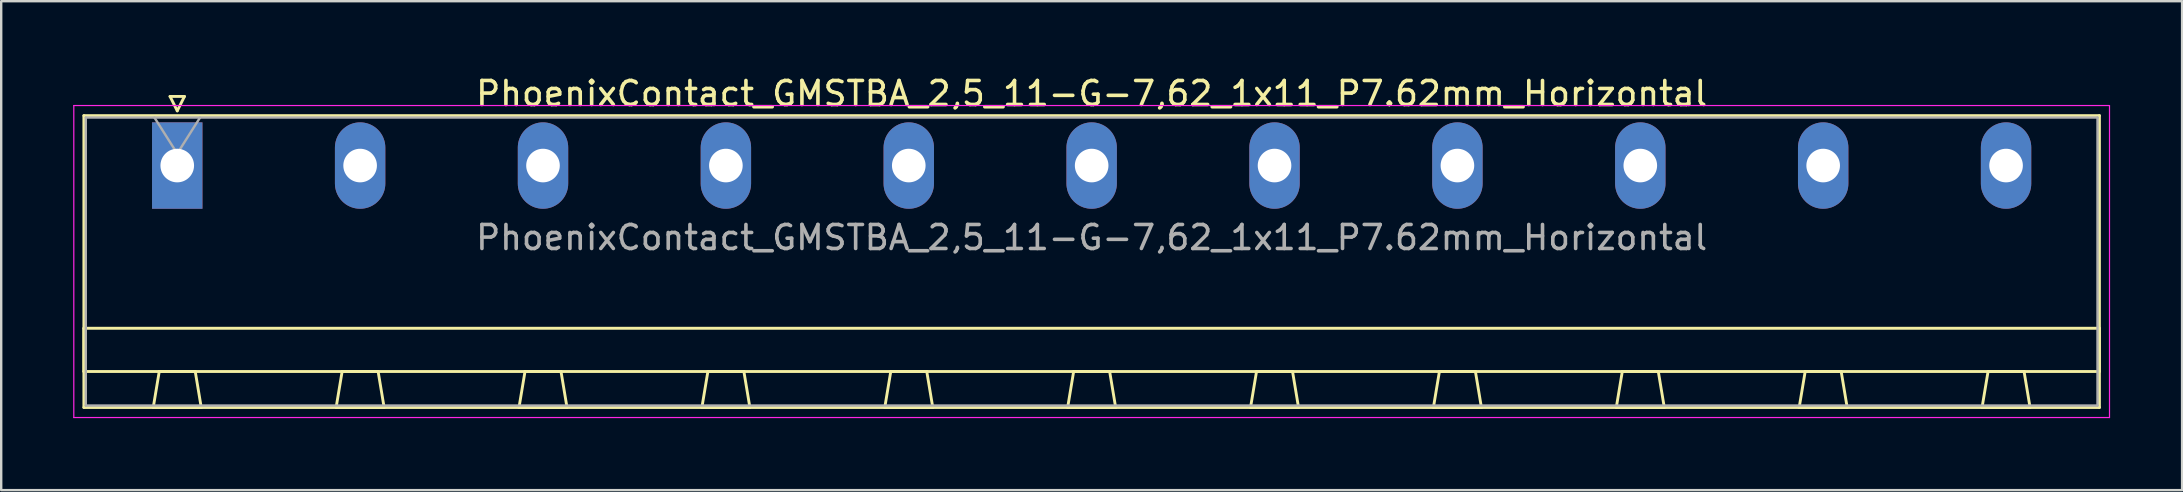
<source format=kicad_pcb>
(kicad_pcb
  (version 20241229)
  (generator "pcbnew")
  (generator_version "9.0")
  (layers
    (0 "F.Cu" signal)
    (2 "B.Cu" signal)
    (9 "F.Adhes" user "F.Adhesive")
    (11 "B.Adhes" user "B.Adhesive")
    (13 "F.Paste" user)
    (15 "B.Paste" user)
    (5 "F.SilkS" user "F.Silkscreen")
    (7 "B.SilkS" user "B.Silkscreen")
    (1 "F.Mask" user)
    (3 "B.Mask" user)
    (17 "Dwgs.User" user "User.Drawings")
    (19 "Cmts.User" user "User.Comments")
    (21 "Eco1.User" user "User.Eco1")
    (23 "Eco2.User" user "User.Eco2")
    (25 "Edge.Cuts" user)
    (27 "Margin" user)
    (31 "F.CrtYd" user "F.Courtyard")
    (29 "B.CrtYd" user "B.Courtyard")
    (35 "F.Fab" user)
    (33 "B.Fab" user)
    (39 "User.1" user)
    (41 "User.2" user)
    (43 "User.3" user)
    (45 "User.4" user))
  (footprint "PhoenixContact_GMSTBA_2,5_11-G-7,62_1x11_P7.62mm_Horizontal"
    (layer "F.Cu")
    (at 4.335 3.848)
    (property "Reference" "PhoenixContact_GMSTBA_2,5_11-G-7,62_1x11_P7.62mm_Horizontal" (at 38.1 -3 0) (layer "F.SilkS") (effects (font (size 1 1) (thickness 0.15))))
    (attr through_hole)
    (fp_line (start -3.89 -2.08) (end -3.89 10.08) (stroke (width 0.12) (type solid)) (layer "F.SilkS"))
    (fp_line (start -3.89 6.78) (end 80.09 6.78) (stroke (width 0.12) (type solid)) (layer "F.SilkS"))
    (fp_line (start -3.89 8.58) (end -3.89 6.78) (stroke (width 0.12) (type solid)) (layer "F.SilkS"))
    (fp_line (start -3.89 10.08) (end 80.09 10.08) (stroke (width 0.12) (type solid)) (layer "F.SilkS"))
    (fp_line (start -1 10.08) (end 1 10.08) (stroke (width 0.12) (type solid)) (layer "F.SilkS"))
    (fp_line (start -0.75 8.58) (end -1 10.08) (stroke (width 0.12) (type solid)) (layer "F.SilkS"))
    (fp_line (start -0.3 -2.88) (end 0.3 -2.88) (stroke (width 0.12) (type solid)) (layer "F.SilkS"))
    (fp_line (start 0 -2.28) (end -0.3 -2.88) (stroke (width 0.12) (type solid)) (layer "F.SilkS"))
    (fp_line (start 0.3 -2.88) (end 0 -2.28) (stroke (width 0.12) (type solid)) (layer "F.SilkS"))
    (fp_line (start 0.75 8.58) (end -0.75 8.58) (stroke (width 0.12) (type solid)) (layer "F.SilkS"))
    (fp_line (start 1 10.08) (end 0.75 8.58) (stroke (width 0.12) (type solid)) (layer "F.SilkS"))
    (fp_line (start 6.62 10.08) (end 8.62 10.08) (stroke (width 0.12) (type solid)) (layer "F.SilkS"))
    (fp_line (start 6.87 8.58) (end 6.62 10.08) (stroke (width 0.12) (type solid)) (layer "F.SilkS"))
    (fp_line (start 8.37 8.58) (end 6.87 8.58) (stroke (width 0.12) (type solid)) (layer "F.SilkS"))
    (fp_line (start 8.62 10.08) (end 8.37 8.58) (stroke (width 0.12) (type solid)) (layer "F.SilkS"))
    (fp_line (start 14.24 10.08) (end 16.24 10.08) (stroke (width 0.12) (type solid)) (layer "F.SilkS"))
    (fp_line (start 14.49 8.58) (end 14.24 10.08) (stroke (width 0.12) (type solid)) (layer "F.SilkS"))
    (fp_line (start 15.99 8.58) (end 14.49 8.58) (stroke (width 0.12) (type solid)) (layer "F.SilkS"))
    (fp_line (start 16.24 10.08) (end 15.99 8.58) (stroke (width 0.12) (type solid)) (layer "F.SilkS"))
    (fp_line (start 21.86 10.08) (end 23.86 10.08) (stroke (width 0.12) (type solid)) (layer "F.SilkS"))
    (fp_line (start 22.11 8.58) (end 21.86 10.08) (stroke (width 0.12) (type solid)) (layer "F.SilkS"))
    (fp_line (start 23.61 8.58) (end 22.11 8.58) (stroke (width 0.12) (type solid)) (layer "F.SilkS"))
    (fp_line (start 23.86 10.08) (end 23.61 8.58) (stroke (width 0.12) (type solid)) (layer "F.SilkS"))
    (fp_line (start 29.48 10.08) (end 31.48 10.08) (stroke (width 0.12) (type solid)) (layer "F.SilkS"))
    (fp_line (start 29.73 8.58) (end 29.48 10.08) (stroke (width 0.12) (type solid)) (layer "F.SilkS"))
    (fp_line (start 31.23 8.58) (end 29.73 8.58) (stroke (width 0.12) (type solid)) (layer "F.SilkS"))
    (fp_line (start 31.48 10.08) (end 31.23 8.58) (stroke (width 0.12) (type solid)) (layer "F.SilkS"))
    (fp_line (start 37.1 10.08) (end 39.1 10.08) (stroke (width 0.12) (type solid)) (layer "F.SilkS"))
    (fp_line (start 37.35 8.58) (end 37.1 10.08) (stroke (width 0.12) (type solid)) (layer "F.SilkS"))
    (fp_line (start 38.85 8.58) (end 37.35 8.58) (stroke (width 0.12) (type solid)) (layer "F.SilkS"))
    (fp_line (start 39.1 10.08) (end 38.85 8.58) (stroke (width 0.12) (type solid)) (layer "F.SilkS"))
    (fp_line (start 44.72 10.08) (end 46.72 10.08) (stroke (width 0.12) (type solid)) (layer "F.SilkS"))
    (fp_line (start 44.97 8.58) (end 44.72 10.08) (stroke (width 0.12) (type solid)) (layer "F.SilkS"))
    (fp_line (start 46.47 8.58) (end 44.97 8.58) (stroke (width 0.12) (type solid)) (layer "F.SilkS"))
    (fp_line (start 46.72 10.08) (end 46.47 8.58) (stroke (width 0.12) (type solid)) (layer "F.SilkS"))
    (fp_line (start 52.34 10.08) (end 54.34 10.08) (stroke (width 0.12) (type solid)) (layer "F.SilkS"))
    (fp_line (start 52.59 8.58) (end 52.34 10.08) (stroke (width 0.12) (type solid)) (layer "F.SilkS"))
    (fp_line (start 54.09 8.58) (end 52.59 8.58) (stroke (width 0.12) (type solid)) (layer "F.SilkS"))
    (fp_line (start 54.34 10.08) (end 54.09 8.58) (stroke (width 0.12) (type solid)) (layer "F.SilkS"))
    (fp_line (start 59.96 10.08) (end 61.96 10.08) (stroke (width 0.12) (type solid)) (layer "F.SilkS"))
    (fp_line (start 60.21 8.58) (end 59.96 10.08) (stroke (width 0.12) (type solid)) (layer "F.SilkS"))
    (fp_line (start 61.71 8.58) (end 60.21 8.58) (stroke (width 0.12) (type solid)) (layer "F.SilkS"))
    (fp_line (start 61.96 10.08) (end 61.71 8.58) (stroke (width 0.12) (type solid)) (layer "F.SilkS"))
    (fp_line (start 67.58 10.08) (end 69.58 10.08) (stroke (width 0.12) (type solid)) (layer "F.SilkS"))
    (fp_line (start 67.83 8.58) (end 67.58 10.08) (stroke (width 0.12) (type solid)) (layer "F.SilkS"))
    (fp_line (start 69.33 8.58) (end 67.83 8.58) (stroke (width 0.12) (type solid)) (layer "F.SilkS"))
    (fp_line (start 69.58 10.08) (end 69.33 8.58) (stroke (width 0.12) (type solid)) (layer "F.SilkS"))
    (fp_line (start 75.2 10.08) (end 77.2 10.08) (stroke (width 0.12) (type solid)) (layer "F.SilkS"))
    (fp_line (start 75.45 8.58) (end 75.2 10.08) (stroke (width 0.12) (type solid)) (layer "F.SilkS"))
    (fp_line (start 76.95 8.58) (end 75.45 8.58) (stroke (width 0.12) (type solid)) (layer "F.SilkS"))
    (fp_line (start 77.2 10.08) (end 76.95 8.58) (stroke (width 0.12) (type solid)) (layer "F.SilkS"))
    (fp_line (start 80.09 -2.08) (end -3.89 -2.08) (stroke (width 0.12) (type solid)) (layer "F.SilkS"))
    (fp_line (start 80.09 6.78) (end 80.09 8.58) (stroke (width 0.12) (type solid)) (layer "F.SilkS"))
    (fp_line (start 80.09 8.58) (end -3.89 8.58) (stroke (width 0.12) (type solid)) (layer "F.SilkS"))
    (fp_line (start 80.09 10.08) (end 80.09 -2.08) (stroke (width 0.12) (type solid)) (layer "F.SilkS"))
    (fp_line (start -4.31 -2.5) (end -4.31 10.5) (stroke (width 0.05) (type solid)) (layer "F.CrtYd"))
    (fp_line (start -4.31 10.5) (end 80.51 10.5) (stroke (width 0.05) (type solid)) (layer "F.CrtYd"))
    (fp_line (start 80.51 -2.5) (end -4.31 -2.5) (stroke (width 0.05) (type solid)) (layer "F.CrtYd"))
    (fp_line (start 80.51 10.5) (end 80.51 -2.5) (stroke (width 0.05) (type solid)) (layer "F.CrtYd"))
    (fp_line (start -3.81 -2) (end -3.81 10) (stroke (width 0.1) (type solid)) (layer "F.Fab"))
    (fp_line (start -3.81 10) (end 80.01 10) (stroke (width 0.1) (type solid)) (layer "F.Fab"))
    (fp_line (start 0 -0.5) (end -0.95 -2) (stroke (width 0.1) (type solid)) (layer "F.Fab"))
    (fp_line (start 0.95 -2) (end 0 -0.5) (stroke (width 0.1) (type solid)) (layer "F.Fab"))
    (fp_line (start 80.01 -2) (end -3.81 -2) (stroke (width 0.1) (type solid)) (layer "F.Fab"))
    (fp_line (start 80.01 10) (end 80.01 -2) (stroke (width 0.1) (type solid)) (layer "F.Fab"))
    (fp_text user "${REFERENCE}" (at 38.1 3 0) (layer "F.Fab") (effects (font (size 1 1) (thickness 0.15))))
    (pad "1" thru_hole rect (at 0 0) (size 2.1 3.6) (drill 1.4) (layers "*.Cu" "*.Mask"))
    (pad "2" thru_hole oval (at 7.62 0) (size 2.1 3.6) (drill 1.4) (layers "*.Cu" "*.Mask"))
    (pad "3" thru_hole oval (at 15.24 0) (size 2.1 3.6) (drill 1.4) (layers "*.Cu" "*.Mask"))
    (pad "4" thru_hole oval (at 22.86 0) (size 2.1 3.6) (drill 1.4) (layers "*.Cu" "*.Mask"))
    (pad "5" thru_hole oval (at 30.48 0) (size 2.1 3.6) (drill 1.4) (layers "*.Cu" "*.Mask"))
    (pad "6" thru_hole oval (at 38.1 0) (size 2.1 3.6) (drill 1.4) (layers "*.Cu" "*.Mask"))
    (pad "7" thru_hole oval (at 45.72 0) (size 2.1 3.6) (drill 1.4) (layers "*.Cu" "*.Mask"))
    (pad "8" thru_hole oval (at 53.34 0) (size 2.1 3.6) (drill 1.4) (layers "*.Cu" "*.Mask"))
    (pad "9" thru_hole oval (at 60.96 0) (size 2.1 3.6) (drill 1.4) (layers "*.Cu" "*.Mask"))
    (pad "10" thru_hole oval (at 68.58 0) (size 2.1 3.6) (drill 1.4) (layers "*.Cu" "*.Mask"))
    (pad "11" thru_hole oval (at 76.2 0) (size 2.1 3.6) (drill 1.4) (layers "*.Cu" "*.Mask")))
  (gr_rect
    (start -3 -3)
    (end 87.87 17.373)
    (stroke (width 0.1) (type default))
    (fill no)
    (layer "Edge.Cuts")))
</source>
